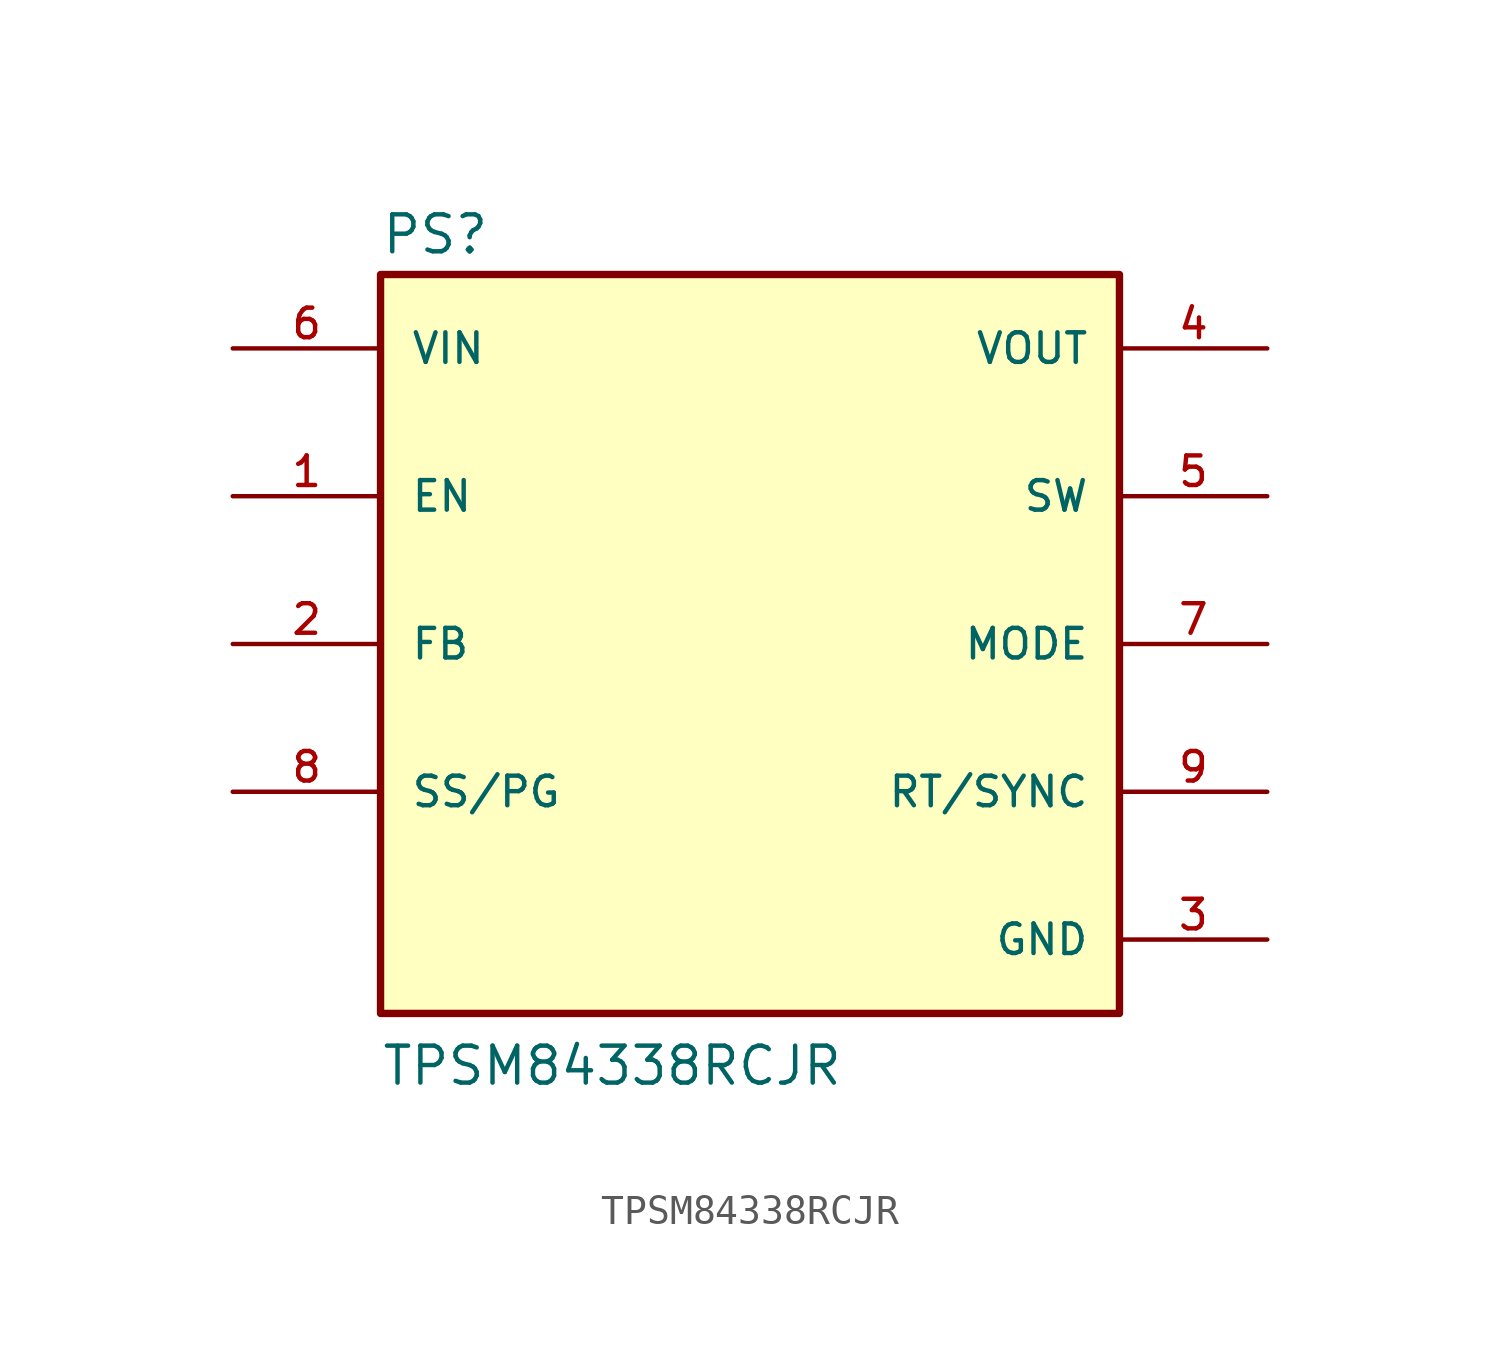
<source format=kicad_sym>
(kicad_symbol_lib
  (version 20211014)
  (generator kicad_symbol_editor)
  (symbol "TPSM84338RCJR"
    (pin_names
      (offset 1.016))
    (property "Reference" "PS"
      (at -12.7 13.335 0)
      (effects (font (size 1.27 1.27)) (justify bottom left)))
    (property "Value" "TPSM84338RCJR"
      (at -12.7 -15.24 0)
      (effects (font (size 1.27 1.27)) (justify bottom left)))
    (symbol "TPSM84338RCJR_0_0"
      (rectangle (start -12.7 -12.7) (end 12.7 12.7) (stroke (width 0.254)) (fill (type background)))
      (pin passive line (at -17.78 -5.08 0) (length 5.08) (name "SS/PG" (effects (font (size 1.016 1.016)))) (number "8" (effects (font (size 1.016 1.016)))))
      (pin input line (at -17.78 5.08 0) (length 5.08) (name "EN" (effects (font (size 1.016 1.016)))) (number "1" (effects (font (size 1.016 1.016)))))
      (pin input line (at -17.78 10.16 0) (length 5.08) (name "VIN" (effects (font (size 1.016 1.016)))) (number "6" (effects (font (size 1.016 1.016)))))
      (pin output line (at 17.78 10.16 180.0) (length 5.08) (name "VOUT" (effects (font (size 1.016 1.016)))) (number "4" (effects (font (size 1.016 1.016)))))
      (pin passive line (at 17.78 5.08 180.0) (length 5.08) (name "SW" (effects (font (size 1.016 1.016)))) (number "5" (effects (font (size 1.016 1.016)))))
      (pin input line (at -17.78 0.0 0) (length 5.08) (name "FB" (effects (font (size 1.016 1.016)))) (number "2" (effects (font (size 1.016 1.016)))))
      (pin power_in line (at 17.78 -10.16 180.0) (length 5.08) (name "GND" (effects (font (size 1.016 1.016)))) (number "3" (effects (font (size 1.016 1.016)))))
      (pin passive line (at 17.78 -5.08 180.0) (length 5.08) (name "RT/SYNC" (effects (font (size 1.016 1.016)))) (number "9" (effects (font (size 1.016 1.016)))))
      (pin passive line (at 17.78 0.0 180.0) (length 5.08) (name "MODE" (effects (font (size 1.016 1.016)))) (number "7" (effects (font (size 1.016 1.016))))))))
</source>
